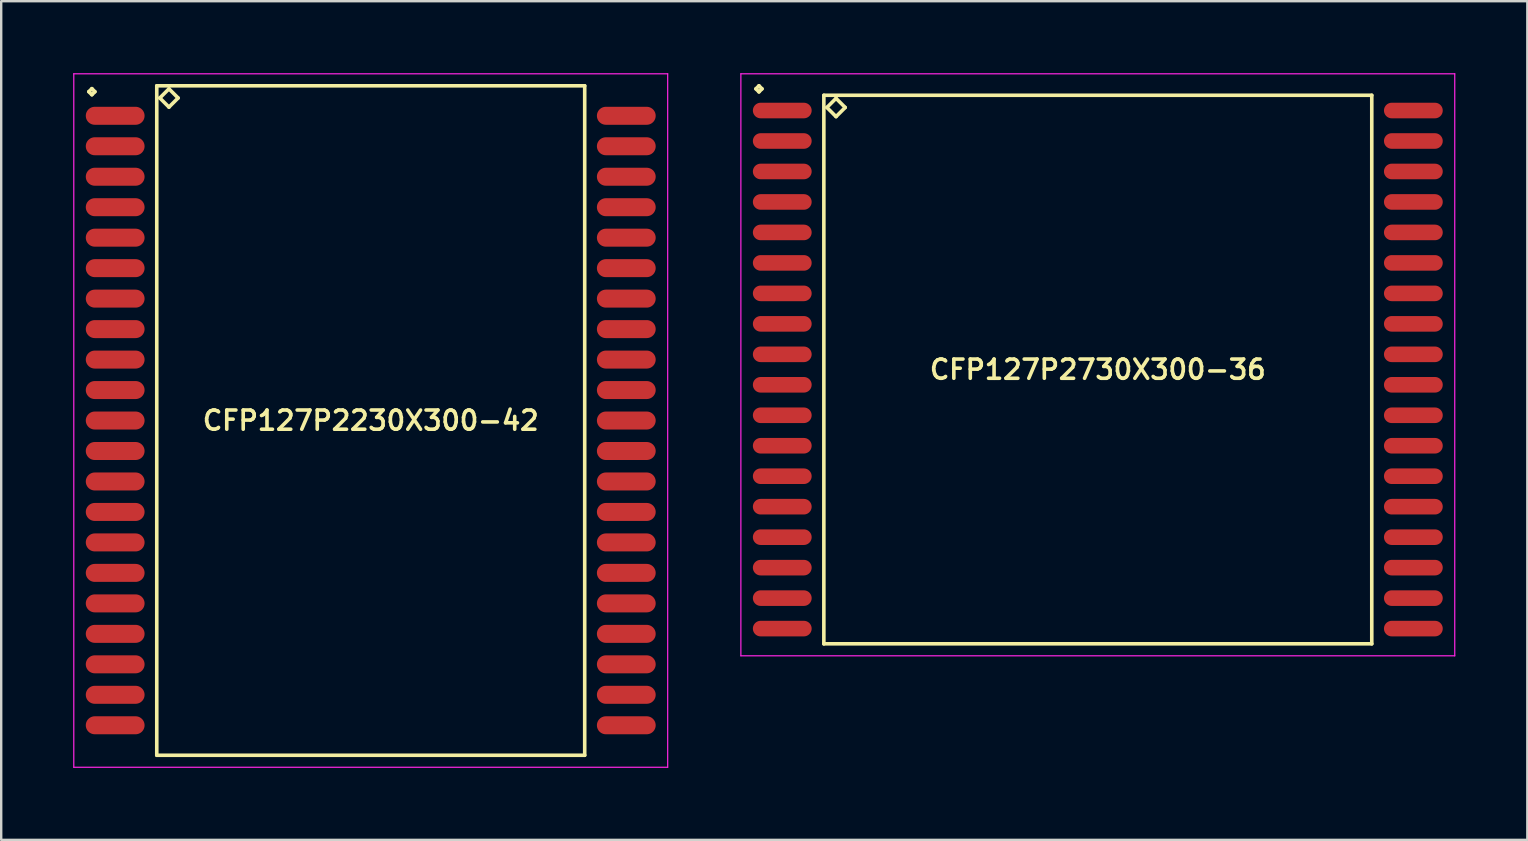
<source format=kicad_pcb>
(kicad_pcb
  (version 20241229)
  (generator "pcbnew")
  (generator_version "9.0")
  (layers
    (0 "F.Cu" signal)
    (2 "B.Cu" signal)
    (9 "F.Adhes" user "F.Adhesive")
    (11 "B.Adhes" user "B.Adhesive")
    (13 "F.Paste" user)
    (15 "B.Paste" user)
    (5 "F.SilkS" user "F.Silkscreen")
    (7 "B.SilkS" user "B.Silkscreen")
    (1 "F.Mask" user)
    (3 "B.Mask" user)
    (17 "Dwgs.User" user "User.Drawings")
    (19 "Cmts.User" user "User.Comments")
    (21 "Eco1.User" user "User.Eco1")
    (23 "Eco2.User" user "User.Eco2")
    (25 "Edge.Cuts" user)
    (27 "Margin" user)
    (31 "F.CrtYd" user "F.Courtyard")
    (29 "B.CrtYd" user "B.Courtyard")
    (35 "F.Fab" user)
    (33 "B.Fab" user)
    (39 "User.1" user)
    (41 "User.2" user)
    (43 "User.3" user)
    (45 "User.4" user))
  (footprint "CFP127P2730X300-36"
    (layer "F.Cu")
    (at 42.7 12.351)
    (property "Reference" "CFP127P2730X300-36" (at 0 0 0) (layer "F.SilkS") (effects (font (size 0.8 0.8) (thickness 0.15))))
    (attr smd)
    (fp_line (start -14.248 -11.699) (end -14.121 -11.826) (stroke (width 0.15) (type solid)) (layer "F.SilkS"))
    (fp_line (start -14.121 -11.826) (end -13.994 -11.699) (stroke (width 0.15) (type solid)) (layer "F.SilkS"))
    (fp_line (start -14.121 -11.572) (end -14.248 -11.699) (stroke (width 0.15) (type solid)) (layer "F.SilkS"))
    (fp_line (start -13.994 -11.699) (end -14.121 -11.572) (stroke (width 0.15) (type solid)) (layer "F.SilkS"))
    (fp_line (start -11.417 -11.43) (end -11.417 11.43) (stroke (width 0.15) (type solid)) (layer "F.SilkS"))
    (fp_line (start -11.417 11.43) (end 11.417 11.43) (stroke (width 0.15) (type solid)) (layer "F.SilkS"))
    (fp_line (start -11.29 -10.922) (end -10.909 -11.303) (stroke (width 0.15) (type solid)) (layer "F.SilkS"))
    (fp_line (start -10.909 -11.303) (end -10.528 -10.922) (stroke (width 0.15) (type solid)) (layer "F.SilkS"))
    (fp_line (start -10.909 -10.541) (end -11.29 -10.922) (stroke (width 0.15) (type solid)) (layer "F.SilkS"))
    (fp_line (start -10.528 -10.922) (end -10.909 -10.541) (stroke (width 0.15) (type solid)) (layer "F.SilkS"))
    (fp_line (start 11.417 -11.43) (end -11.417 -11.43) (stroke (width 0.15) (type solid)) (layer "F.SilkS"))
    (fp_line (start 11.417 11.43) (end 11.417 -11.43) (stroke (width 0.15) (type solid)) (layer "F.SilkS"))
    (fp_line (start -14.875 -12.326) (end 14.875 -12.326) (stroke (width 0.05) (type solid)) (layer "F.CrtYd"))
    (fp_line (start -14.875 11.93) (end -14.875 -12.326) (stroke (width 0.05) (type solid)) (layer "F.CrtYd"))
    (fp_line (start 14.875 -12.326) (end 14.875 11.93) (stroke (width 0.05) (type solid)) (layer "F.CrtYd"))
    (fp_line (start 14.875 11.93) (end -14.875 11.93) (stroke (width 0.05) (type solid)) (layer "F.CrtYd"))
    (pad "1" smd oval (at -13.15 -10.795) (size 2.45 0.65) (layers "F.Cu" "F.Mask" "F.Paste"))
    (pad "2" smd oval (at -13.15 -9.525) (size 2.45 0.65) (layers "F.Cu" "F.Mask" "F.Paste"))
    (pad "3" smd oval (at -13.15 -8.255) (size 2.45 0.65) (layers "F.Cu" "F.Mask" "F.Paste"))
    (pad "4" smd oval (at -13.15 -6.985) (size 2.45 0.65) (layers "F.Cu" "F.Mask" "F.Paste"))
    (pad "5" smd oval (at -13.15 -5.715) (size 2.45 0.65) (layers "F.Cu" "F.Mask" "F.Paste"))
    (pad "6" smd oval (at -13.15 -4.445) (size 2.45 0.65) (layers "F.Cu" "F.Mask" "F.Paste"))
    (pad "7" smd oval (at -13.15 -3.175) (size 2.45 0.65) (layers "F.Cu" "F.Mask" "F.Paste"))
    (pad "8" smd oval (at -13.15 -1.905) (size 2.45 0.65) (layers "F.Cu" "F.Mask" "F.Paste"))
    (pad "9" smd oval (at -13.15 -0.635) (size 2.45 0.65) (layers "F.Cu" "F.Mask" "F.Paste"))
    (pad "10" smd oval (at -13.15 0.635) (size 2.45 0.65) (layers "F.Cu" "F.Mask" "F.Paste"))
    (pad "11" smd oval (at -13.15 1.905) (size 2.45 0.65) (layers "F.Cu" "F.Mask" "F.Paste"))
    (pad "12" smd oval (at -13.15 3.175) (size 2.45 0.65) (layers "F.Cu" "F.Mask" "F.Paste"))
    (pad "13" smd oval (at -13.15 4.445) (size 2.45 0.65) (layers "F.Cu" "F.Mask" "F.Paste"))
    (pad "14" smd oval (at -13.15 5.715) (size 2.45 0.65) (layers "F.Cu" "F.Mask" "F.Paste"))
    (pad "15" smd oval (at -13.15 6.985) (size 2.45 0.65) (layers "F.Cu" "F.Mask" "F.Paste"))
    (pad "16" smd oval (at -13.15 8.255) (size 2.45 0.65) (layers "F.Cu" "F.Mask" "F.Paste"))
    (pad "17" smd oval (at -13.15 9.525) (size 2.45 0.65) (layers "F.Cu" "F.Mask" "F.Paste"))
    (pad "18" smd oval (at -13.15 10.795) (size 2.45 0.65) (layers "F.Cu" "F.Mask" "F.Paste"))
    (pad "19" smd oval (at 13.15 10.795) (size 2.45 0.65) (layers "F.Cu" "F.Mask" "F.Paste"))
    (pad "20" smd oval (at 13.15 9.525) (size 2.45 0.65) (layers "F.Cu" "F.Mask" "F.Paste"))
    (pad "21" smd oval (at 13.15 8.255) (size 2.45 0.65) (layers "F.Cu" "F.Mask" "F.Paste"))
    (pad "22" smd oval (at 13.15 6.985) (size 2.45 0.65) (layers "F.Cu" "F.Mask" "F.Paste"))
    (pad "23" smd oval (at 13.15 5.715) (size 2.45 0.65) (layers "F.Cu" "F.Mask" "F.Paste"))
    (pad "24" smd oval (at 13.15 4.445) (size 2.45 0.65) (layers "F.Cu" "F.Mask" "F.Paste"))
    (pad "25" smd oval (at 13.15 3.175) (size 2.45 0.65) (layers "F.Cu" "F.Mask" "F.Paste"))
    (pad "26" smd oval (at 13.15 1.905) (size 2.45 0.65) (layers "F.Cu" "F.Mask" "F.Paste"))
    (pad "27" smd oval (at 13.15 0.635) (size 2.45 0.65) (layers "F.Cu" "F.Mask" "F.Paste"))
    (pad "28" smd oval (at 13.15 -0.635) (size 2.45 0.65) (layers "F.Cu" "F.Mask" "F.Paste"))
    (pad "29" smd oval (at 13.15 -1.905) (size 2.45 0.65) (layers "F.Cu" "F.Mask" "F.Paste"))
    (pad "30" smd oval (at 13.15 -3.175) (size 2.45 0.65) (layers "F.Cu" "F.Mask" "F.Paste"))
    (pad "31" smd oval (at 13.15 -4.445) (size 2.45 0.65) (layers "F.Cu" "F.Mask" "F.Paste"))
    (pad "32" smd oval (at 13.15 -5.715) (size 2.45 0.65) (layers "F.Cu" "F.Mask" "F.Paste"))
    (pad "33" smd oval (at 13.15 -6.985) (size 2.45 0.65) (layers "F.Cu" "F.Mask" "F.Paste"))
    (pad "34" smd oval (at 13.15 -8.255) (size 2.45 0.65) (layers "F.Cu" "F.Mask" "F.Paste"))
    (pad "35" smd oval (at 13.15 -9.525) (size 2.45 0.65) (layers "F.Cu" "F.Mask" "F.Paste"))
    (pad "36" smd oval (at 13.15 -10.795) (size 2.45 0.65) (layers "F.Cu" "F.Mask" "F.Paste")))
  (footprint "CFP127P2230X300-42"
    (layer "F.Cu")
    (at 12.4 14.475)
    (property "Reference" "CFP127P2230X300-42" (at 0 0 0) (layer "F.SilkS") (effects (font (size 0.8 0.8) (thickness 0.15))))
    (attr smd)
    (fp_line (start -11.748 -13.704) (end -11.621 -13.831) (stroke (width 0.15) (type solid)) (layer "F.SilkS"))
    (fp_line (start -11.621 -13.831) (end -11.494 -13.704) (stroke (width 0.15) (type solid)) (layer "F.SilkS"))
    (fp_line (start -11.621 -13.577) (end -11.748 -13.704) (stroke (width 0.15) (type solid)) (layer "F.SilkS"))
    (fp_line (start -11.494 -13.704) (end -11.621 -13.577) (stroke (width 0.15) (type solid)) (layer "F.SilkS"))
    (fp_line (start -8.917 -13.95) (end -8.917 13.95) (stroke (width 0.15) (type solid)) (layer "F.SilkS"))
    (fp_line (start -8.917 13.95) (end 8.917 13.95) (stroke (width 0.15) (type solid)) (layer "F.SilkS"))
    (fp_line (start -8.79 -13.442) (end -8.409 -13.823) (stroke (width 0.15) (type solid)) (layer "F.SilkS"))
    (fp_line (start -8.409 -13.823) (end -8.028 -13.442) (stroke (width 0.15) (type solid)) (layer "F.SilkS"))
    (fp_line (start -8.409 -13.061) (end -8.79 -13.442) (stroke (width 0.15) (type solid)) (layer "F.SilkS"))
    (fp_line (start -8.028 -13.442) (end -8.409 -13.061) (stroke (width 0.15) (type solid)) (layer "F.SilkS"))
    (fp_line (start 8.917 -13.95) (end -8.917 -13.95) (stroke (width 0.15) (type solid)) (layer "F.SilkS"))
    (fp_line (start 8.917 13.95) (end 8.917 -13.95) (stroke (width 0.15) (type solid)) (layer "F.SilkS"))
    (fp_line (start -12.375 -14.45) (end 12.375 -14.45) (stroke (width 0.05) (type solid)) (layer "F.CrtYd"))
    (fp_line (start -12.375 14.45) (end -12.375 -14.45) (stroke (width 0.05) (type solid)) (layer "F.CrtYd"))
    (fp_line (start 12.375 -14.45) (end 12.375 14.45) (stroke (width 0.05) (type solid)) (layer "F.CrtYd"))
    (fp_line (start 12.375 14.45) (end -12.375 14.45) (stroke (width 0.05) (type solid)) (layer "F.CrtYd"))
    (pad "1" smd oval (at -10.65 -12.7) (size 2.45 0.75) (layers "F.Cu" "F.Mask" "F.Paste"))
    (pad "2" smd oval (at -10.65 -11.43) (size 2.45 0.75) (layers "F.Cu" "F.Mask" "F.Paste"))
    (pad "3" smd oval (at -10.65 -10.16) (size 2.45 0.75) (layers "F.Cu" "F.Mask" "F.Paste"))
    (pad "4" smd oval (at -10.65 -8.89) (size 2.45 0.75) (layers "F.Cu" "F.Mask" "F.Paste"))
    (pad "5" smd oval (at -10.65 -7.62) (size 2.45 0.75) (layers "F.Cu" "F.Mask" "F.Paste"))
    (pad "6" smd oval (at -10.65 -6.35) (size 2.45 0.75) (layers "F.Cu" "F.Mask" "F.Paste"))
    (pad "7" smd oval (at -10.65 -5.08) (size 2.45 0.75) (layers "F.Cu" "F.Mask" "F.Paste"))
    (pad "8" smd oval (at -10.65 -3.81) (size 2.45 0.75) (layers "F.Cu" "F.Mask" "F.Paste"))
    (pad "9" smd oval (at -10.65 -2.54) (size 2.45 0.75) (layers "F.Cu" "F.Mask" "F.Paste"))
    (pad "10" smd oval (at -10.65 -1.27) (size 2.45 0.75) (layers "F.Cu" "F.Mask" "F.Paste"))
    (pad "11" smd oval (at -10.65 0) (size 2.45 0.75) (layers "F.Cu" "F.Mask" "F.Paste"))
    (pad "12" smd oval (at -10.65 1.27) (size 2.45 0.75) (layers "F.Cu" "F.Mask" "F.Paste"))
    (pad "13" smd oval (at -10.65 2.54) (size 2.45 0.75) (layers "F.Cu" "F.Mask" "F.Paste"))
    (pad "14" smd oval (at -10.65 3.81) (size 2.45 0.75) (layers "F.Cu" "F.Mask" "F.Paste"))
    (pad "15" smd oval (at -10.65 5.08) (size 2.45 0.75) (layers "F.Cu" "F.Mask" "F.Paste"))
    (pad "16" smd oval (at -10.65 6.35) (size 2.45 0.75) (layers "F.Cu" "F.Mask" "F.Paste"))
    (pad "17" smd oval (at -10.65 7.62) (size 2.45 0.75) (layers "F.Cu" "F.Mask" "F.Paste"))
    (pad "18" smd oval (at -10.65 8.89) (size 2.45 0.75) (layers "F.Cu" "F.Mask" "F.Paste"))
    (pad "19" smd oval (at -10.65 10.16) (size 2.45 0.75) (layers "F.Cu" "F.Mask" "F.Paste"))
    (pad "20" smd oval (at -10.65 11.43) (size 2.45 0.75) (layers "F.Cu" "F.Mask" "F.Paste"))
    (pad "21" smd oval (at -10.65 12.7) (size 2.45 0.75) (layers "F.Cu" "F.Mask" "F.Paste"))
    (pad "22" smd oval (at 10.65 12.7) (size 2.45 0.75) (layers "F.Cu" "F.Mask" "F.Paste"))
    (pad "23" smd oval (at 10.65 11.43) (size 2.45 0.75) (layers "F.Cu" "F.Mask" "F.Paste"))
    (pad "24" smd oval (at 10.65 10.16) (size 2.45 0.75) (layers "F.Cu" "F.Mask" "F.Paste"))
    (pad "25" smd oval (at 10.65 8.89) (size 2.45 0.75) (layers "F.Cu" "F.Mask" "F.Paste"))
    (pad "26" smd oval (at 10.65 7.62) (size 2.45 0.75) (layers "F.Cu" "F.Mask" "F.Paste"))
    (pad "27" smd oval (at 10.65 6.35) (size 2.45 0.75) (layers "F.Cu" "F.Mask" "F.Paste"))
    (pad "28" smd oval (at 10.65 5.08) (size 2.45 0.75) (layers "F.Cu" "F.Mask" "F.Paste"))
    (pad "29" smd oval (at 10.65 3.81) (size 2.45 0.75) (layers "F.Cu" "F.Mask" "F.Paste"))
    (pad "30" smd oval (at 10.65 2.54) (size 2.45 0.75) (layers "F.Cu" "F.Mask" "F.Paste"))
    (pad "31" smd oval (at 10.65 1.27) (size 2.45 0.75) (layers "F.Cu" "F.Mask" "F.Paste"))
    (pad "32" smd oval (at 10.65 0) (size 2.45 0.75) (layers "F.Cu" "F.Mask" "F.Paste"))
    (pad "33" smd oval (at 10.65 -1.27) (size 2.45 0.75) (layers "F.Cu" "F.Mask" "F.Paste"))
    (pad "34" smd oval (at 10.65 -2.54) (size 2.45 0.75) (layers "F.Cu" "F.Mask" "F.Paste"))
    (pad "35" smd oval (at 10.65 -3.81) (size 2.45 0.75) (layers "F.Cu" "F.Mask" "F.Paste"))
    (pad "36" smd oval (at 10.65 -5.08) (size 2.45 0.75) (layers "F.Cu" "F.Mask" "F.Paste"))
    (pad "37" smd oval (at 10.65 -6.35) (size 2.45 0.75) (layers "F.Cu" "F.Mask" "F.Paste"))
    (pad "38" smd oval (at 10.65 -7.62) (size 2.45 0.75) (layers "F.Cu" "F.Mask" "F.Paste"))
    (pad "39" smd oval (at 10.65 -8.89) (size 2.45 0.75) (layers "F.Cu" "F.Mask" "F.Paste"))
    (pad "40" smd oval (at 10.65 -10.16) (size 2.45 0.75) (layers "F.Cu" "F.Mask" "F.Paste"))
    (pad "41" smd oval (at 10.65 -11.43) (size 2.45 0.75) (layers "F.Cu" "F.Mask" "F.Paste"))
    (pad "42" smd oval (at 10.65 -12.7) (size 2.45 0.75) (layers "F.Cu" "F.Mask" "F.Paste")))
  (gr_rect
    (start -3 -3)
    (end 60.6 31.95)
    (stroke (width 0.1) (type default))
    (fill no)
    (layer "Edge.Cuts")))
</source>
